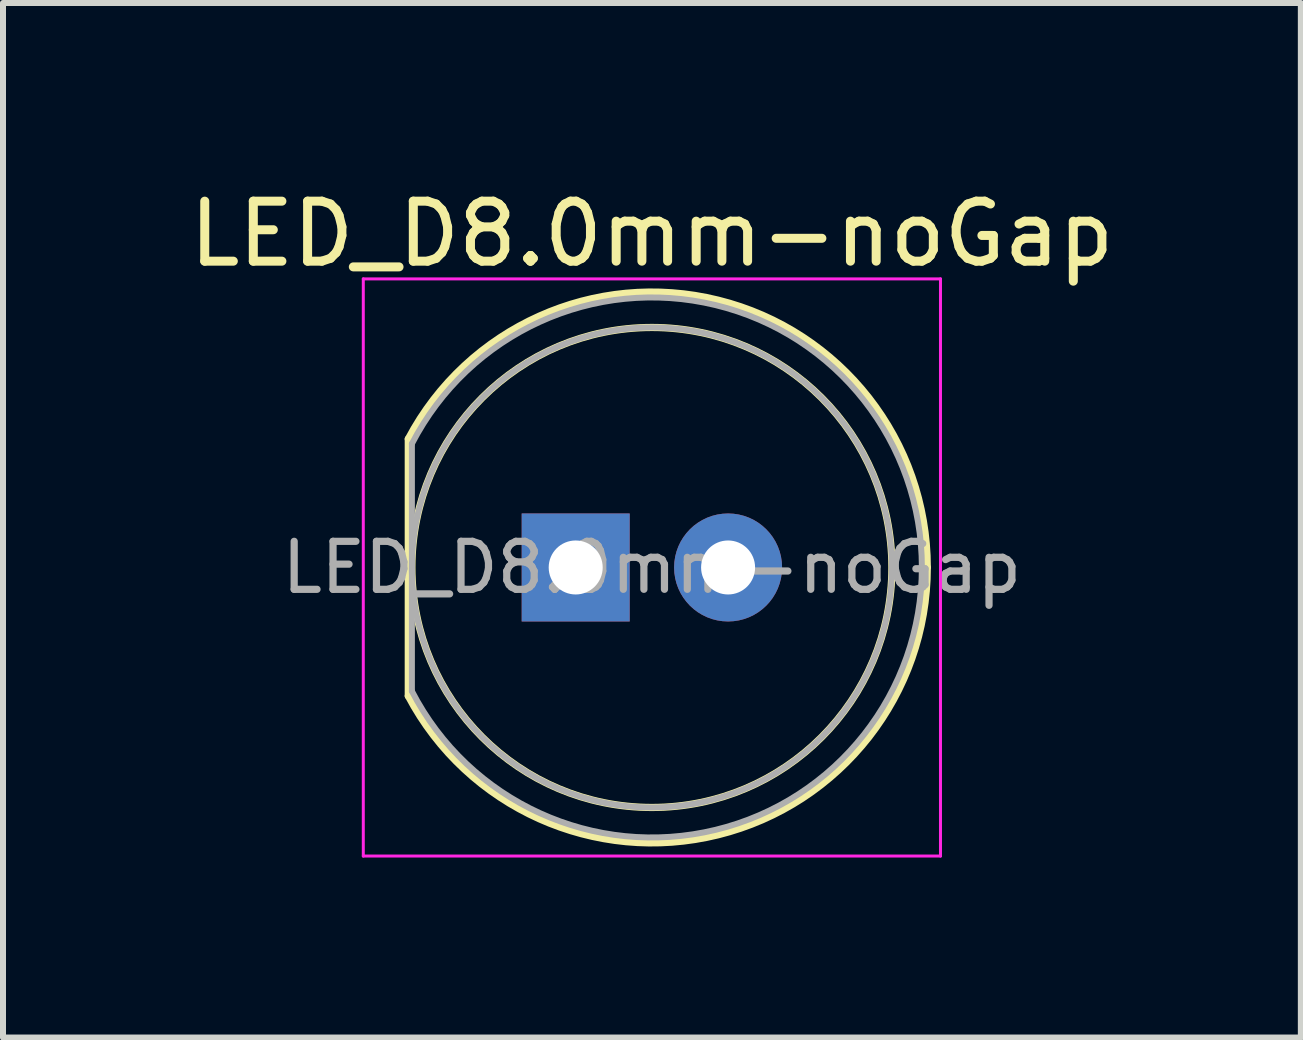
<source format=kicad_pcb>
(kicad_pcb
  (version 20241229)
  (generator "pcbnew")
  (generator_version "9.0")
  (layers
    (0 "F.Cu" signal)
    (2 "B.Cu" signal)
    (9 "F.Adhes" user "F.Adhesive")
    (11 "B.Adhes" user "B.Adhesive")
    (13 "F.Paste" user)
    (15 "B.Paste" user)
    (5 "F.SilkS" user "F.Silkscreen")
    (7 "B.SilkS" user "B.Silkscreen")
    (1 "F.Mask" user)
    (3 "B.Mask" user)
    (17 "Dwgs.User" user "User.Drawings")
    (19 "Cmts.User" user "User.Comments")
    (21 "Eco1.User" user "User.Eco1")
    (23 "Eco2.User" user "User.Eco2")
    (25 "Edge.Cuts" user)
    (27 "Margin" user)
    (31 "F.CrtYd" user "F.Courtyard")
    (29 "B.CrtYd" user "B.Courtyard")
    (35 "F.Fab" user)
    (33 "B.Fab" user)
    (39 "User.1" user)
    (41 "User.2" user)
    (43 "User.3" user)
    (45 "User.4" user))
  (footprint "LED_D8.0mm-noGap"
    (layer "F.Cu")
    (at 6.545 6.408)
    (property "Reference" "LED_D8.0mm-noGap" (at 1.27 -5.56 0) (layer "F.SilkS") (effects (font (size 1 1) (thickness 0.15))))
    (attr through_hole)
    (fp_line (start -2.79 -2.142) (end -2.79 2.142) (stroke (width 0.12) (type solid)) (layer "F.SilkS"))
    (fp_arc (start -2.79 -2.141145) (mid 2.372851 -4.455538) (end 5.86 -0.000066) (stroke (width 0.12) (type solid)) (layer "F.SilkS"))
    (fp_arc (start 5.86 0.000066) (mid 2.372851 4.455538) (end -2.79 2.141145) (stroke (width 0.12) (type solid)) (layer "F.SilkS"))
    (fp_circle (center 1.27 0) (end 5.27 0) (stroke (width 0.12) (type solid)) (fill no) (layer "F.SilkS"))
    (fp_line (start -3.54 -4.81) (end -3.54 4.81) (stroke (width 0.05) (type solid)) (layer "F.CrtYd"))
    (fp_line (start -3.54 4.81) (end 6.08 4.81) (stroke (width 0.05) (type solid)) (layer "F.CrtYd"))
    (fp_line (start 6.08 -4.81) (end -3.54 -4.81) (stroke (width 0.05) (type solid)) (layer "F.CrtYd"))
    (fp_line (start 6.08 4.81) (end 6.08 -4.81) (stroke (width 0.05) (type solid)) (layer "F.CrtYd"))
    (fp_line (start -2.73 -2.062) (end -2.73 2.062) (stroke (width 0.1) (type solid)) (layer "F.Fab"))
    (fp_arc (start -2.73 -2.061553) (mid 5.77 -0.000063) (end -2.729942 2.061665) (stroke (width 0.1) (type solid)) (layer "F.Fab"))
    (fp_circle (center 1.27 0) (end 5.27 0) (stroke (width 0.1) (type solid)) (fill no) (layer "F.Fab"))
    (fp_text user "${REFERENCE}" (at 1.27 0 0) (layer "F.Fab") (effects (font (size 0.8 0.8) (thickness 0.12))))
    (pad "1" thru_hole rect (at 0 0) (size 1.8 1.8) (drill 0.9) (layers "*.Cu" "*.Mask"))
    (pad "2" thru_hole circle (at 2.54 0) (size 1.8 1.8) (drill 0.9) (layers "*.Cu" "*.Mask")))
  (gr_rect
    (start -3 -3)
    (end 18.631 14.243)
    (stroke (width 0.1) (type default))
    (fill no)
    (layer "Edge.Cuts")))
</source>
